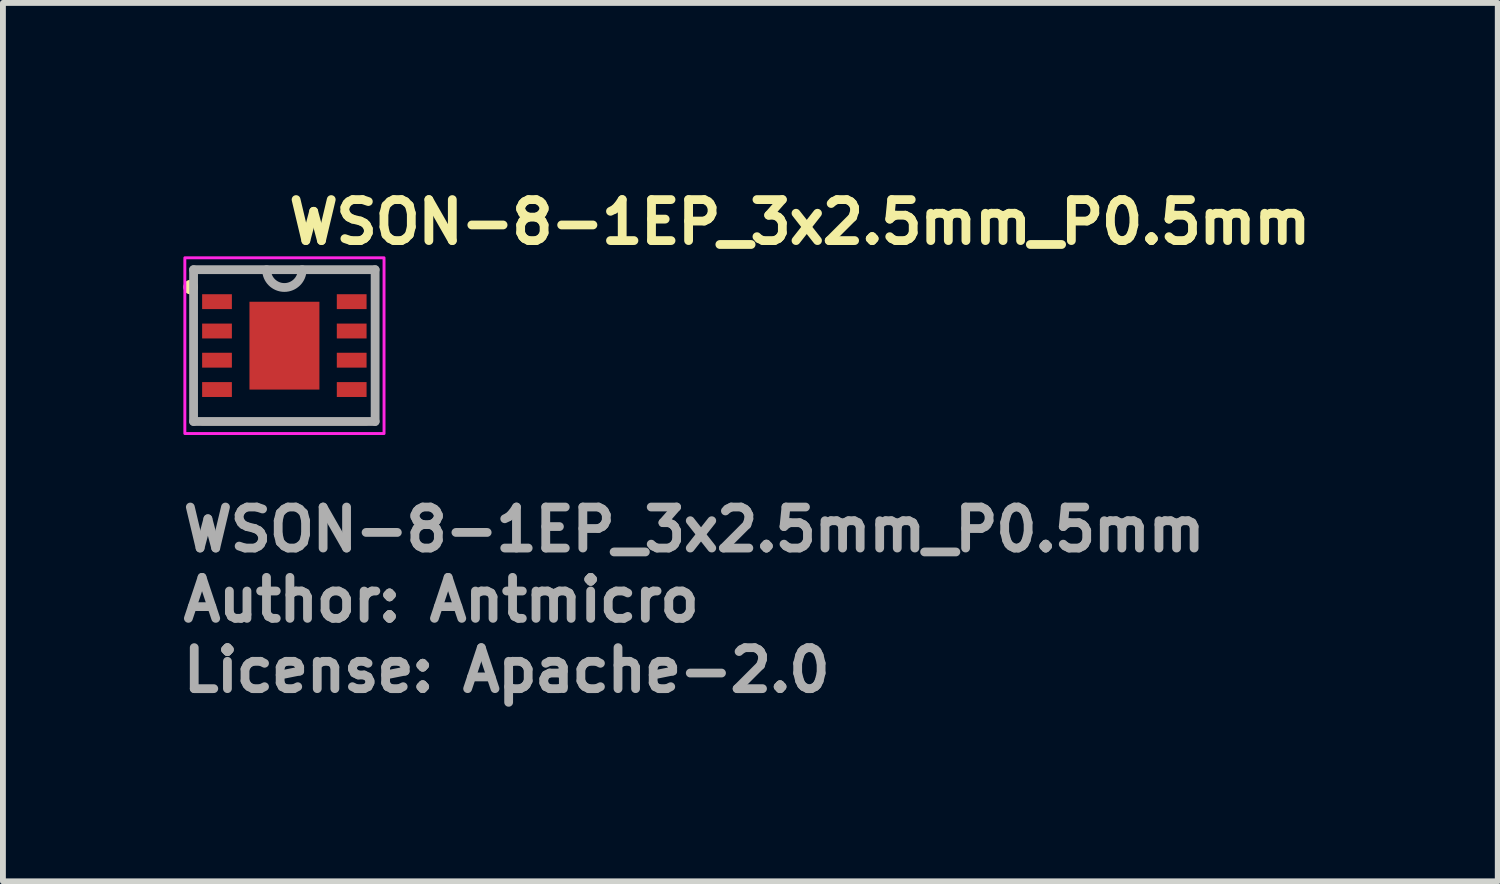
<source format=kicad_pcb>
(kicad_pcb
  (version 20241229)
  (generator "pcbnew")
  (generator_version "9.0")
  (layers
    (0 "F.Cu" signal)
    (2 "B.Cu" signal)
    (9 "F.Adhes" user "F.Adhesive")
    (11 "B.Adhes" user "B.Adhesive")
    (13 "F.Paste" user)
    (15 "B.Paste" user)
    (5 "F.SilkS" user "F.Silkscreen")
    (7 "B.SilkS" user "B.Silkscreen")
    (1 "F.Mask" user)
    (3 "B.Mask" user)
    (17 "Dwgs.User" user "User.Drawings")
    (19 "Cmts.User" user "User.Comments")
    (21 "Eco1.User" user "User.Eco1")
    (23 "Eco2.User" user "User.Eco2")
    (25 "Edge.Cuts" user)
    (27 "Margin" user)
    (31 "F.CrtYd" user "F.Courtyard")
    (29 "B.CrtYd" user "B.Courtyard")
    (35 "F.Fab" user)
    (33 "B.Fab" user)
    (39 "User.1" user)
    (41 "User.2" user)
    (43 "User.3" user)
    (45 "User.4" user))
  (footprint "WSON-8-1EP_3x2.5mm_P0.5mm"
    (layer "F.Cu")
    (at 1.805 2.85)
    (property "Reference" "WSON-8-1EP_3x2.5mm_P0.5mm" (at 0 -1.7 0) (unlocked yes) (layer "F.SilkS") (effects (font (size 0.7 0.7) (thickness 0.15)) (justify left bottom)))
    (attr smd)
    (fp_line (start -1.401 -1.3) (end 1.399 -1.3) (stroke (width 0.12) (type solid)) (layer "F.SilkS"))
    (fp_line (start -1.4 1.3) (end 1.4 1.3) (stroke (width 0.12) (type solid)) (layer "F.SilkS"))
    (fp_circle (center -1.6 -1) (end -1.55 -1) (stroke (width 0.15) (type solid)) (fill yes) (layer "F.SilkS"))
    (fp_poly (pts (xy -0.548 -0.7) (xy -0.548 0.698) (xy 0.546 0.698) (xy 0.546 -0.7)) (stroke (width 0) (type solid)) (fill yes) (layer "F.Paste"))
    (fp_rect (start -1.7 -1.5) (end 1.7 1.5) (stroke (width 0.05) (type solid)) (fill no) (layer "F.CrtYd"))
    (fp_line (start -1.551 -1.297) (end -1.551 1.294) (stroke (width 0.15) (type solid)) (layer "F.Fab"))
    (fp_line (start -1.551 1.294) (end 1.548 1.294) (stroke (width 0.15) (type solid)) (layer "F.Fab"))
    (fp_line (start 1.548 -1.297) (end -1.551 -1.297) (stroke (width 0.15) (type solid)) (layer "F.Fab"))
    (fp_line (start 1.548 1.294) (end 1.548 -1.297) (stroke (width 0.15) (type solid)) (layer "F.Fab"))
    (fp_arc (start 0.303 -1.297) (mid 0 -0.991) (end -0.305 -1.297) (stroke (width 0.15) (type solid)) (layer "F.Fab"))
    (fp_rect (start -1.5 -1.25) (end 1.499 1.249) (stroke (width 0.1) (type solid)) (fill no) (layer "User.5"))
    (fp_line (start -1.5 -1.25) (end -1.5 1.249) (stroke (width 0.02) (type solid)) (layer "User.9"))
    (fp_line (start -1.5 1.249) (end 1.499 1.249) (stroke (width 0.02) (type solid)) (layer "User.9"))
    (fp_line (start 1.499 -1.25) (end -1.5 -1.25) (stroke (width 0.02) (type solid)) (layer "User.9"))
    (fp_line (start 1.499 1.249) (end 1.499 -1.25) (stroke (width 0.02) (type solid)) (layer "User.9"))
    (fp_text user "${REFERENCE}" (at -1.805 3.548 0) (unlocked yes) (layer "F.Fab") (effects (font (size 0.7 0.7) (thickness 0.15)) (justify left bottom)))
    (fp_text user "License: Apache-2.0" (at -1.805 5.948 0) (layer "F.Fab") (effects (font (size 0.7 0.7) (thickness 0.15)) (justify left bottom)))
    (fp_text user "Author: Antmicro" (at -1.805 4.748 0) (layer "F.Fab") (effects (font (size 0.7 0.7) (thickness 0.15)) (justify left bottom)))
    (pad "1" smd rect (at -1.151 -0.751) (size 0.508 0.254) (layers "F.Cu" "F.Mask" "F.Paste"))
    (pad "2" smd rect (at -1.151 -0.25) (size 0.508 0.254) (layers "F.Cu" "F.Mask" "F.Paste"))
    (pad "3" smd rect (at -1.151 0.248) (size 0.508 0.254) (layers "F.Cu" "F.Mask" "F.Paste"))
    (pad "4" smd rect (at -1.151 0.749) (size 0.508 0.254) (layers "F.Cu" "F.Mask" "F.Paste"))
    (pad "5" smd rect (at 1.148 0.749) (size 0.508 0.254) (layers "F.Cu" "F.Mask" "F.Paste"))
    (pad "6" smd rect (at 1.148 0.248) (size 0.508 0.254) (layers "F.Cu" "F.Mask" "F.Paste"))
    (pad "7" smd rect (at 1.148 -0.25) (size 0.508 0.254) (layers "F.Cu" "F.Mask" "F.Paste"))
    (pad "8" smd rect (at 1.148 -0.751) (size 0.508 0.254) (layers "F.Cu" "F.Mask" "F.Paste"))
    (pad "9" smd rect (at 0 0) (size 1.194 1.499) (layers "F.Cu" "F.Mask")))
  (gr_rect
    (start -3 -3)
    (end 22.515 11.993)
    (stroke (width 0.1) (type default))
    (fill no)
    (layer "Edge.Cuts")))
</source>
